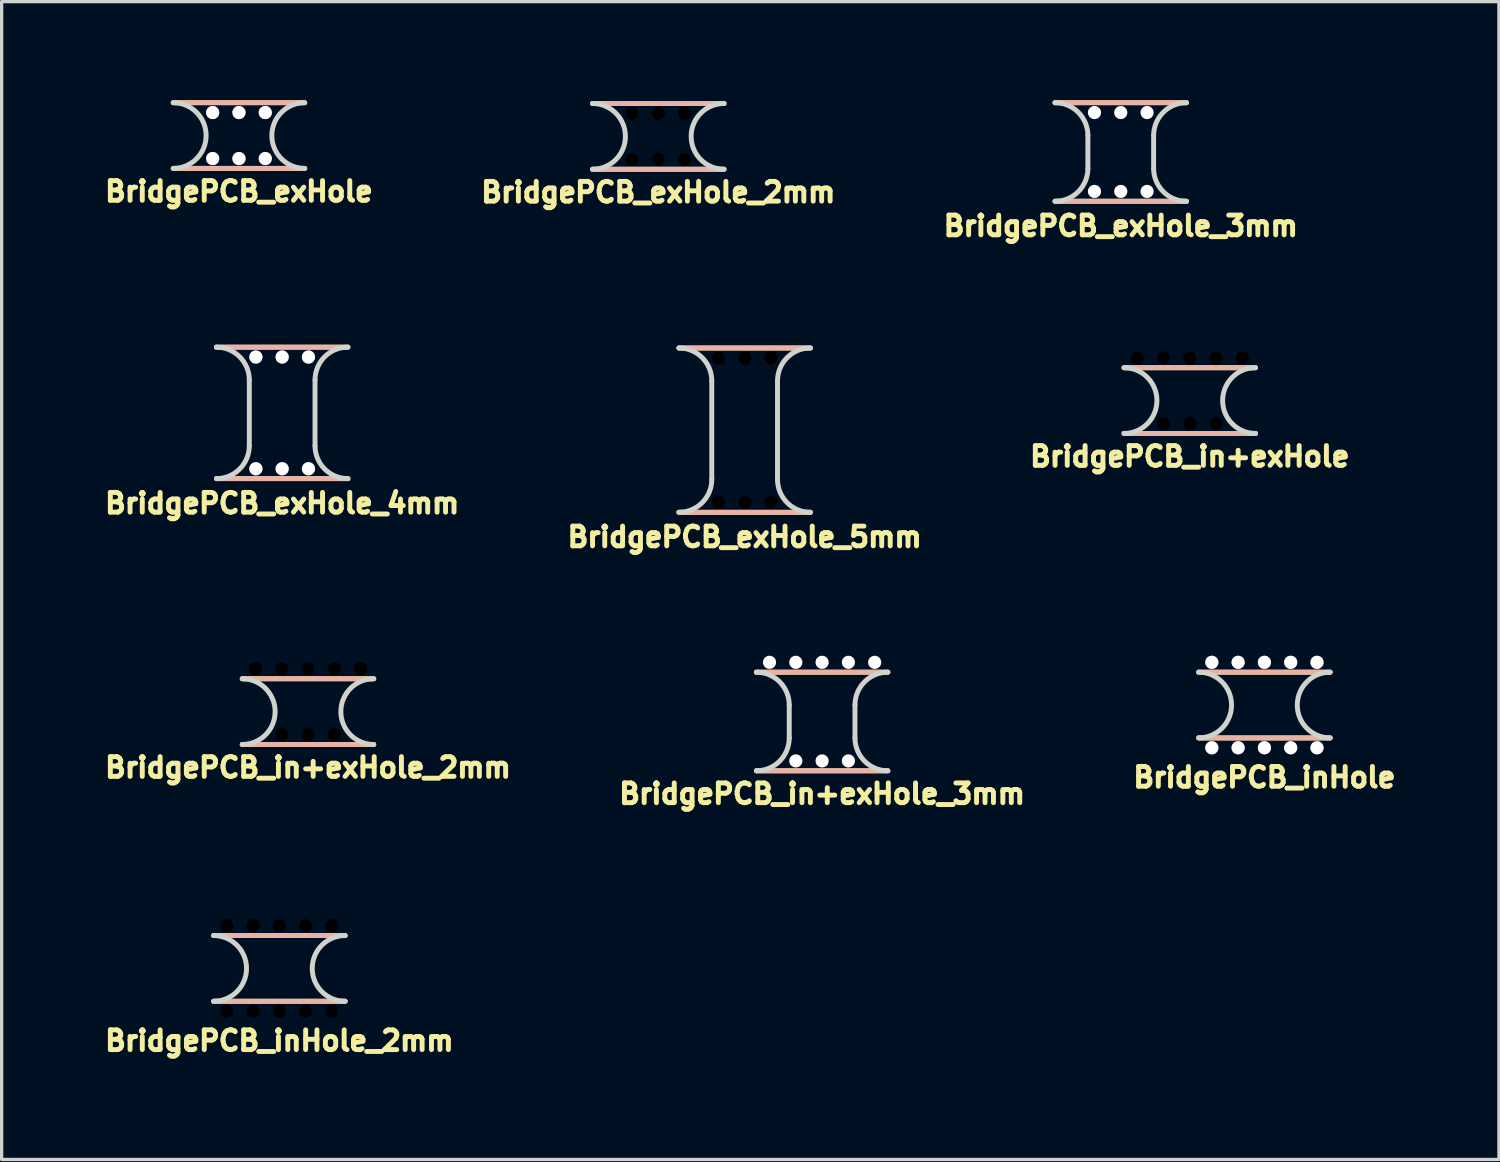
<source format=kicad_pcb>
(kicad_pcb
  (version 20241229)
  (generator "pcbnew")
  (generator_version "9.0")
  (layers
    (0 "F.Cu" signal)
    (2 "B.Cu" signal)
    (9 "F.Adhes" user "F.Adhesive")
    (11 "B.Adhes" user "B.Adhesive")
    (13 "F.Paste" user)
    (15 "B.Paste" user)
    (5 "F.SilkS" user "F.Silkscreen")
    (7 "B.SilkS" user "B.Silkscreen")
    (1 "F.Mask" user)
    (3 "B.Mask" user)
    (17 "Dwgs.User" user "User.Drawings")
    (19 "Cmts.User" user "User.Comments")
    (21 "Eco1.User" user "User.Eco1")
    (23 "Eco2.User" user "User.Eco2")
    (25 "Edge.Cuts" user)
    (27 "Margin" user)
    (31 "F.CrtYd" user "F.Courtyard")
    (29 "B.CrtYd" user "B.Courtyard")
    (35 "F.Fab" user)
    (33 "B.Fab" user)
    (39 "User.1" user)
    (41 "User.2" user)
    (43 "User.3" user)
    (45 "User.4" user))
  (footprint "BridgePCB_in+exHole"
    (layer "F.Cu")
    (at 33.154 9.139)
    (property "Reference" "BridgePCB_in+exHole" (at 0 1.7 0) (layer "F.SilkS") (effects (font (size 0.6 0.6) (thickness 0.15))))
    (attr board_only exclude_from_pos_files exclude_from_bom)
    (fp_line (start 2 -1) (end -2 -1) (stroke (width 0.15) (type solid)) (layer "F.SilkS"))
    (fp_line (start 2 1) (end -2 1) (stroke (width 0.15) (type solid)) (layer "F.SilkS"))
    (fp_line (start 2 -1) (end -2 -1) (stroke (width 0.15) (type solid)) (layer "B.SilkS"))
    (fp_line (start 2 1) (end -2 1) (stroke (width 0.15) (type solid)) (layer "B.SilkS"))
    (fp_arc (start -2 -1) (mid -1 0) (end -2 1) (stroke (width 0.15) (type solid)) (layer "Edge.Cuts"))
    (fp_arc (start 2 1) (mid 1 0) (end 2 -1) (stroke (width 0.15) (type solid)) (layer "Edge.Cuts"))
    (pad "" np_thru_hole circle (at -1.6 -1.3) (size 0.8 0.8) (drill 0.4) (layers "*.Mask"))
    (pad "" np_thru_hole circle (at -0.8 -1.3) (size 0.8 0.8) (drill 0.4) (layers "*.Mask"))
    (pad "" np_thru_hole circle (at -0.8 0.7) (size 0.8 0.8) (drill 0.4) (layers "*.Mask"))
    (pad "" np_thru_hole circle (at 0 -1.3) (size 0.8 0.8) (drill 0.4) (layers "*.Mask"))
    (pad "" np_thru_hole circle (at 0 0.7) (size 0.8 0.8) (drill 0.4) (layers "*.Mask"))
    (pad "" np_thru_hole circle (at 0.8 -1.3) (size 0.8 0.8) (drill 0.4) (layers "*.Mask"))
    (pad "" np_thru_hole circle (at 0.8 0.7) (size 0.8 0.8) (drill 0.4) (layers "*.Mask"))
    (pad "" np_thru_hole circle (at 1.6 -1.3) (size 0.8 0.8) (drill 0.4) (layers "*.Mask")))
  (footprint "BridgePCB_inHole_2mm"
    (layer "F.Cu")
    (at 5.451 26.418)
    (property "Reference" "BridgePCB_inHole_2mm" (at 0 2.2 0) (layer "F.SilkS") (effects (font (size 0.6 0.6) (thickness 0.15))))
    (attr board_only exclude_from_pos_files exclude_from_bom)
    (fp_line (start 2 -1) (end -2 -1) (stroke (width 0.15) (type solid)) (layer "F.SilkS"))
    (fp_line (start 2 1) (end -2 1) (stroke (width 0.15) (type solid)) (layer "F.SilkS"))
    (fp_line (start 2 -1) (end -2 -1) (stroke (width 0.15) (type solid)) (layer "B.SilkS"))
    (fp_line (start 2 1) (end -2 1) (stroke (width 0.15) (type solid)) (layer "B.SilkS"))
    (fp_arc (start -2 -1) (mid -1 0) (end -2 1) (stroke (width 0.15) (type solid)) (layer "Edge.Cuts"))
    (fp_arc (start 2 1) (mid 1 0) (end 2 -1) (stroke (width 0.15) (type solid)) (layer "Edge.Cuts"))
    (pad "" np_thru_hole circle (at -1.6 -1.3) (size 0.8 0.8) (drill 0.4) (layers "*.Mask"))
    (pad "" np_thru_hole circle (at -1.6 1.3) (size 0.8 0.8) (drill 0.4) (layers "*.Mask"))
    (pad "" np_thru_hole circle (at -0.8 -1.3) (size 0.8 0.8) (drill 0.4) (layers "*.Mask"))
    (pad "" np_thru_hole circle (at -0.8 1.3) (size 0.8 0.8) (drill 0.4) (layers "*.Mask"))
    (pad "" np_thru_hole circle (at 0 -1.3) (size 0.8 0.8) (drill 0.4) (layers "*.Mask"))
    (pad "" np_thru_hole circle (at 0 1.3) (size 0.8 0.8) (drill 0.4) (layers "*.Mask"))
    (pad "" np_thru_hole circle (at 0.8 -1.3) (size 0.8 0.8) (drill 0.4) (layers "*.Mask"))
    (pad "" np_thru_hole circle (at 0.8 1.3) (size 0.8 0.8) (drill 0.4) (layers "*.Mask"))
    (pad "" np_thru_hole circle (at 1.6 -1.3) (size 0.8 0.8) (drill 0.4) (layers "*.Mask"))
    (pad "" np_thru_hole circle (at 1.6 1.3) (size 0.8 0.8) (drill 0.4) (layers "*.Mask")))
  (footprint "BridgePCB_inHole"
    (layer "F.Cu")
    (at 35.425 18.404)
    (property "Reference" "BridgePCB_inHole" (at 0 2.2 0) (layer "F.SilkS") (effects (font (size 0.6 0.6) (thickness 0.15))))
    (attr through_hole)
    (fp_line (start 2 -1) (end -2 -1) (stroke (width 0.15) (type solid)) (layer "F.SilkS"))
    (fp_line (start 2 1) (end -2 1) (stroke (width 0.15) (type solid)) (layer "F.SilkS"))
    (fp_line (start 2 -1) (end -2 -1) (stroke (width 0.15) (type solid)) (layer "B.SilkS"))
    (fp_line (start 2 1) (end -2 1) (stroke (width 0.15) (type solid)) (layer "B.SilkS"))
    (fp_arc (start -2 -1) (mid -1 0) (end -2 1) (stroke (width 0.15) (type solid)) (layer "Edge.Cuts"))
    (fp_arc (start 2 1) (mid 1 0) (end 2 -1) (stroke (width 0.15) (type solid)) (layer "Edge.Cuts"))
    (pad "" thru_hole circle (at -1.6 -1.3) (size 0.4 0.4) (drill 0.4) (layers "*.Cu" "*.Mask"))
    (pad "" thru_hole circle (at -1.6 1.3) (size 0.4 0.4) (drill 0.4) (layers "*.Cu" "*.Mask"))
    (pad "" thru_hole circle (at -0.8 -1.3) (size 0.4 0.4) (drill 0.4) (layers "*.Cu" "*.Mask"))
    (pad "" thru_hole circle (at -0.8 1.3) (size 0.4 0.4) (drill 0.4) (layers "*.Cu" "*.Mask"))
    (pad "" thru_hole circle (at 0 -1.3) (size 0.4 0.4) (drill 0.4) (layers "*.Cu" "*.Mask"))
    (pad "" thru_hole circle (at 0 1.3) (size 0.4 0.4) (drill 0.4) (layers "*.Cu" "*.Mask"))
    (pad "" thru_hole circle (at 0.8 -1.3) (size 0.4 0.4) (drill 0.4) (layers "*.Cu" "*.Mask"))
    (pad "" thru_hole circle (at 0.8 1.3) (size 0.4 0.4) (drill 0.4) (layers "*.Cu" "*.Mask"))
    (pad "" thru_hole circle (at 1.6 -1.3) (size 0.4 0.4) (drill 0.4) (layers "*.Cu" "*.Mask"))
    (pad "" thru_hole circle (at 1.6 1.3) (size 0.4 0.4) (drill 0.4) (layers "*.Cu" "*.Mask")))
  (footprint "BridgePCB_in+exHole_2mm"
    (layer "F.Cu")
    (at 6.322 18.604)
    (property "Reference" "BridgePCB_in+exHole_2mm" (at 0 1.7 0) (layer "F.SilkS") (effects (font (size 0.6 0.6) (thickness 0.15))))
    (attr board_only exclude_from_pos_files exclude_from_bom)
    (fp_line (start 2 -1) (end -2 -1) (stroke (width 0.15) (type solid)) (layer "F.SilkS"))
    (fp_line (start 2 1) (end -2 1) (stroke (width 0.15) (type solid)) (layer "F.SilkS"))
    (fp_line (start 2 -1) (end -2 -1) (stroke (width 0.15) (type solid)) (layer "B.SilkS"))
    (fp_line (start 2 1) (end -2 1) (stroke (width 0.15) (type solid)) (layer "B.SilkS"))
    (fp_arc (start -2 -1) (mid -1 0) (end -2 1) (stroke (width 0.15) (type solid)) (layer "Edge.Cuts"))
    (fp_arc (start 2 1) (mid 1 0) (end 2 -1) (stroke (width 0.15) (type solid)) (layer "Edge.Cuts"))
    (pad "" np_thru_hole circle (at -1.6 -1.3) (size 0.8 0.8) (drill 0.4) (layers "*.Mask"))
    (pad "" np_thru_hole circle (at -0.8 -1.3) (size 0.8 0.8) (drill 0.4) (layers "*.Mask"))
    (pad "" np_thru_hole circle (at -0.8 0.7) (size 0.8 0.8) (drill 0.4) (layers "*.Mask"))
    (pad "" np_thru_hole circle (at 0 -1.3) (size 0.8 0.8) (drill 0.4) (layers "*.Mask"))
    (pad "" np_thru_hole circle (at 0 0.7) (size 0.8 0.8) (drill 0.4) (layers "*.Mask"))
    (pad "" np_thru_hole circle (at 0.8 -1.3) (size 0.8 0.8) (drill 0.4) (layers "*.Mask"))
    (pad "" np_thru_hole circle (at 0.8 0.7) (size 0.8 0.8) (drill 0.4) (layers "*.Mask"))
    (pad "" np_thru_hole circle (at 1.6 -1.3) (size 0.8 0.8) (drill 0.4) (layers "*.Mask")))
  (footprint "BridgePCB_exHole_3mm"
    (layer "F.Cu")
    (at 31.054 1.575)
    (property "Reference" "BridgePCB_exHole_3mm" (at 0 2.25 0) (layer "F.SilkS") (effects (font (size 0.6 0.6) (thickness 0.15))))
    (attr exclude_from_pos_files exclude_from_bom)
    (fp_line (start 2 -1.5) (end -2 -1.5) (stroke (width 0.15) (type solid)) (layer "F.SilkS"))
    (fp_line (start 2 1.5) (end -2 1.5) (stroke (width 0.15) (type solid)) (layer "F.SilkS"))
    (fp_line (start 2 -1.5) (end -2 -1.5) (stroke (width 0.15) (type solid)) (layer "B.SilkS"))
    (fp_line (start 2 1.5) (end -2 1.5) (stroke (width 0.15) (type solid)) (layer "B.SilkS"))
    (fp_line (start -1 -0.5) (end -1 0.5) (stroke (width 0.15) (type solid)) (layer "Edge.Cuts"))
    (fp_line (start 1 -0.5) (end 1 0.5) (stroke (width 0.15) (type solid)) (layer "Edge.Cuts"))
    (fp_arc (start -2 -1.5) (mid -1.292893 -1.207107) (end -1 -0.5) (stroke (width 0.15) (type solid)) (layer "Edge.Cuts"))
    (fp_arc (start -1 0.5) (mid -1.292893 1.207107) (end -2 1.5) (stroke (width 0.15) (type solid)) (layer "Edge.Cuts"))
    (fp_arc (start 1 -0.5) (mid 1.292893 -1.207107) (end 2 -1.5) (stroke (width 0.15) (type solid)) (layer "Edge.Cuts"))
    (fp_arc (start 2 1.5) (mid 1.292893 1.207107) (end 1 0.5) (stroke (width 0.15) (type solid)) (layer "Edge.Cuts"))
    (pad "" np_thru_hole circle (at -0.8 -1.2) (size 0.4 0.4) (drill 0.4) (layers "*.Cu" "*.Mask"))
    (pad "" np_thru_hole circle (at -0.8 1.2) (size 0.4 0.4) (drill 0.4) (layers "*.Cu" "*.Mask"))
    (pad "" np_thru_hole circle (at 0 -1.2) (size 0.4 0.4) (drill 0.4) (layers "*.Cu" "*.Mask"))
    (pad "" np_thru_hole circle (at 0 1.2) (size 0.4 0.4) (drill 0.4) (layers "*.Cu" "*.Mask"))
    (pad "" np_thru_hole circle (at 0.8 -1.2) (size 0.4 0.4) (drill 0.4) (layers "*.Cu" "*.Mask"))
    (pad "" np_thru_hole circle (at 0.8 1.2) (size 0.4 0.4) (drill 0.4) (layers "*.Cu" "*.Mask")))
  (footprint "BridgePCB_exHole_5mm"
    (layer "F.Cu")
    (at 19.609 10.039)
    (property "Reference" "BridgePCB_exHole_5mm" (at 0 3.25 0) (layer "F.SilkS") (effects (font (size 0.6 0.6) (thickness 0.15))))
    (attr board_only exclude_from_pos_files exclude_from_bom)
    (fp_line (start 2 -2.5) (end -2 -2.5) (stroke (width 0.15) (type solid)) (layer "F.SilkS"))
    (fp_line (start 2 2.5) (end -2 2.5) (stroke (width 0.15) (type solid)) (layer "F.SilkS"))
    (fp_line (start 2 -2.5) (end -2 -2.5) (stroke (width 0.15) (type solid)) (layer "B.SilkS"))
    (fp_line (start 2 2.5) (end -2 2.5) (stroke (width 0.15) (type solid)) (layer "B.SilkS"))
    (fp_line (start -1 -1.5) (end -1 1.5) (stroke (width 0.15) (type solid)) (layer "Edge.Cuts"))
    (fp_line (start 1 -1.5) (end 1 1.5) (stroke (width 0.15) (type solid)) (layer "Edge.Cuts"))
    (fp_arc (start -2 -2.5) (mid -1.292893 -2.207107) (end -1 -1.5) (stroke (width 0.15) (type solid)) (layer "Edge.Cuts"))
    (fp_arc (start -1 1.5) (mid -1.292893 2.207107) (end -2 2.5) (stroke (width 0.15) (type solid)) (layer "Edge.Cuts"))
    (fp_arc (start 1 -1.5) (mid 1.292893 -2.207107) (end 2 -2.5) (stroke (width 0.15) (type solid)) (layer "Edge.Cuts"))
    (fp_arc (start 2 2.5) (mid 1.292893 2.207107) (end 1 1.5) (stroke (width 0.15) (type solid)) (layer "Edge.Cuts"))
    (pad "" np_thru_hole circle (at -0.8 -2.2) (size 0.8 0.8) (drill 0.4) (layers "*.Mask"))
    (pad "" np_thru_hole circle (at -0.8 2.2) (size 0.8 0.8) (drill 0.4) (layers "*.Mask"))
    (pad "" np_thru_hole circle (at 0 -2.2) (size 0.8 0.8) (drill 0.4) (layers "*.Mask"))
    (pad "" np_thru_hole circle (at 0 2.2) (size 0.8 0.8) (drill 0.4) (layers "*.Mask"))
    (pad "" np_thru_hole circle (at 0.8 -2.2) (size 0.8 0.8) (drill 0.4) (layers "*.Mask"))
    (pad "" np_thru_hole circle (at 0.8 2.2) (size 0.8 0.8) (drill 0.4) (layers "*.Mask")))
  (footprint "BridgePCB_exHole"
    (layer "F.Cu")
    (at 4.222 1.075)
    (property "Reference" "BridgePCB_exHole" (at 0 1.7 0) (layer "F.SilkS") (effects (font (size 0.6 0.6) (thickness 0.15))))
    (attr exclude_from_pos_files exclude_from_bom)
    (fp_line (start 2 -1) (end -2 -1) (stroke (width 0.15) (type solid)) (layer "F.SilkS"))
    (fp_line (start 2 1) (end -2 1) (stroke (width 0.15) (type solid)) (layer "F.SilkS"))
    (fp_line (start 2 -1) (end -2 -1) (stroke (width 0.15) (type solid)) (layer "B.SilkS"))
    (fp_line (start 2 1) (end -2 1) (stroke (width 0.15) (type solid)) (layer "B.SilkS"))
    (fp_arc (start -2 -1) (mid -1 0) (end -2 1) (stroke (width 0.15) (type solid)) (layer "Edge.Cuts"))
    (fp_arc (start 2 1) (mid 1 0) (end 2 -1) (stroke (width 0.15) (type solid)) (layer "Edge.Cuts"))
    (pad "" thru_hole circle (at -0.8 -0.7) (size 0.4 0.4) (drill 0.4) (layers "*.Cu" "*.Mask"))
    (pad "" thru_hole circle (at -0.8 0.7) (size 0.4 0.4) (drill 0.4) (layers "*.Cu" "*.Mask"))
    (pad "" thru_hole circle (at 0 -0.7) (size 0.4 0.4) (drill 0.4) (layers "*.Cu" "*.Mask"))
    (pad "" thru_hole circle (at 0 0.7) (size 0.4 0.4) (drill 0.4) (layers "*.Cu" "*.Mask"))
    (pad "" thru_hole circle (at 0.8 -0.7) (size 0.4 0.4) (drill 0.4) (layers "*.Cu" "*.Mask"))
    (pad "" thru_hole circle (at 0.8 0.7) (size 0.4 0.4) (drill 0.4) (layers "*.Cu" "*.Mask")))
  (footprint "BridgePCB_exHole_4mm"
    (layer "F.Cu")
    (at 5.536 9.514)
    (property "Reference" "BridgePCB_exHole_4mm" (at 0 2.75 0) (layer "F.SilkS") (effects (font (size 0.6 0.6) (thickness 0.15))))
    (attr exclude_from_pos_files exclude_from_bom)
    (fp_line (start 2 -2) (end -2 -2) (stroke (width 0.15) (type solid)) (layer "F.SilkS"))
    (fp_line (start 2 2) (end -2 2) (stroke (width 0.15) (type solid)) (layer "F.SilkS"))
    (fp_line (start 2 -2) (end -2 -2) (stroke (width 0.15) (type solid)) (layer "B.SilkS"))
    (fp_line (start 2 2) (end -2 2) (stroke (width 0.15) (type solid)) (layer "B.SilkS"))
    (fp_line (start -1 -1) (end -1 1) (stroke (width 0.15) (type solid)) (layer "Edge.Cuts"))
    (fp_line (start 1 -1) (end 1 1) (stroke (width 0.15) (type solid)) (layer "Edge.Cuts"))
    (fp_arc (start -2 -2) (mid -1.292893 -1.707107) (end -1 -1) (stroke (width 0.15) (type solid)) (layer "Edge.Cuts"))
    (fp_arc (start -1 1) (mid -1.292893 1.707107) (end -2 2) (stroke (width 0.15) (type solid)) (layer "Edge.Cuts"))
    (fp_arc (start 1 -1) (mid 1.292893 -1.707107) (end 2 -2) (stroke (width 0.15) (type solid)) (layer "Edge.Cuts"))
    (fp_arc (start 2 2) (mid 1.292893 1.707107) (end 1 1) (stroke (width 0.15) (type solid)) (layer "Edge.Cuts"))
    (pad "" thru_hole circle (at -0.8 -1.7) (size 0.4 0.4) (drill 0.4) (layers "*.Cu" "*.Mask"))
    (pad "" thru_hole circle (at -0.8 1.7) (size 0.4 0.4) (drill 0.4) (layers "*.Cu" "*.Mask"))
    (pad "" thru_hole circle (at 0 -1.7) (size 0.4 0.4) (drill 0.4) (layers "*.Cu" "*.Mask"))
    (pad "" thru_hole circle (at 0 1.7) (size 0.4 0.4) (drill 0.4) (layers "*.Cu" "*.Mask"))
    (pad "" thru_hole circle (at 0.8 -1.7) (size 0.4 0.4) (drill 0.4) (layers "*.Cu" "*.Mask"))
    (pad "" thru_hole circle (at 0.8 1.7) (size 0.4 0.4) (drill 0.4) (layers "*.Cu" "*.Mask")))
  (footprint "BridgePCB_in+exHole_3mm"
    (layer "F.Cu")
    (at 21.966 18.904)
    (property "Reference" "BridgePCB_in+exHole_3mm" (at 0 2.2 0) (layer "F.SilkS") (effects (font (size 0.6 0.6) (thickness 0.15))))
    (attr board_only exclude_from_pos_files exclude_from_bom)
    (fp_line (start 2 -1.5) (end -2 -1.5) (stroke (width 0.15) (type solid)) (layer "F.SilkS"))
    (fp_line (start 2 1.5) (end -2 1.5) (stroke (width 0.15) (type solid)) (layer "F.SilkS"))
    (fp_line (start 2 -1.5) (end -2 -1.5) (stroke (width 0.15) (type solid)) (layer "B.SilkS"))
    (fp_line (start 2 1.5) (end -2 1.5) (stroke (width 0.15) (type solid)) (layer "B.SilkS"))
    (fp_line (start -1 -0.5) (end -1 0.5) (stroke (width 0.15) (type solid)) (layer "Edge.Cuts"))
    (fp_line (start 1 -0.5) (end 1 0.5) (stroke (width 0.15) (type solid)) (layer "Edge.Cuts"))
    (fp_arc (start -2 -1.5) (mid -1.292893 -1.207107) (end -1 -0.5) (stroke (width 0.15) (type solid)) (layer "Edge.Cuts"))
    (fp_arc (start -1 0.5) (mid -1.292893 1.207107) (end -2 1.5) (stroke (width 0.15) (type solid)) (layer "Edge.Cuts"))
    (fp_arc (start 1 -0.5) (mid 1.292893 -1.207107) (end 2 -1.5) (stroke (width 0.15) (type solid)) (layer "Edge.Cuts"))
    (fp_arc (start 2 1.5) (mid 1.292893 1.207107) (end 1 0.5) (stroke (width 0.15) (type solid)) (layer "Edge.Cuts"))
    (pad "" np_thru_hole circle (at -1.6 -1.8) (size 0.4 0.4) (drill 0.4) (layers "*.Cu" "*.Mask"))
    (pad "" np_thru_hole circle (at -0.8 -1.8) (size 0.4 0.4) (drill 0.4) (layers "*.Cu" "*.Mask"))
    (pad "" np_thru_hole circle (at -0.8 1.2) (size 0.4 0.4) (drill 0.4) (layers "*.Cu" "*.Mask"))
    (pad "" np_thru_hole circle (at 0 -1.8) (size 0.4 0.4) (drill 0.4) (layers "*.Cu" "*.Mask"))
    (pad "" np_thru_hole circle (at 0 1.2) (size 0.4 0.4) (drill 0.4) (layers "*.Cu" "*.Mask"))
    (pad "" np_thru_hole circle (at 0.8 -1.8) (size 0.4 0.4) (drill 0.4) (layers "*.Cu" "*.Mask"))
    (pad "" np_thru_hole circle (at 0.8 1.2) (size 0.4 0.4) (drill 0.4) (layers "*.Cu" "*.Mask"))
    (pad "" np_thru_hole circle (at 1.6 -1.8) (size 0.4 0.4) (drill 0.4) (layers "*.Cu" "*.Mask")))
  (footprint "BridgePCB_exHole_2mm"
    (layer "F.Cu")
    (at 16.981 1.1)
    (property "Reference" "BridgePCB_exHole_2mm" (at 0 1.7 0) (layer "F.SilkS") (effects (font (size 0.6 0.6) (thickness 0.15))))
    (attr board_only exclude_from_pos_files exclude_from_bom)
    (fp_line (start 2 -1) (end -2 -1) (stroke (width 0.15) (type solid)) (layer "F.SilkS"))
    (fp_line (start 2 1) (end -2 1) (stroke (width 0.15) (type solid)) (layer "F.SilkS"))
    (fp_line (start 2 -1) (end -2 -1) (stroke (width 0.15) (type solid)) (layer "B.SilkS"))
    (fp_line (start 2 1) (end -2 1) (stroke (width 0.15) (type solid)) (layer "B.SilkS"))
    (fp_arc (start -2 -1) (mid -1 0) (end -2 1) (stroke (width 0.15) (type solid)) (layer "Edge.Cuts"))
    (fp_arc (start 2 1) (mid 1 0) (end 2 -1) (stroke (width 0.15) (type solid)) (layer "Edge.Cuts"))
    (pad "" np_thru_hole circle (at -0.8 -0.7) (size 0.8 0.8) (drill 0.4) (layers "*.Mask"))
    (pad "" np_thru_hole circle (at -0.8 0.7) (size 0.8 0.8) (drill 0.4) (layers "*.Mask"))
    (pad "" np_thru_hole circle (at 0 -0.7) (size 0.8 0.8) (drill 0.4) (layers "*.Mask"))
    (pad "" np_thru_hole circle (at 0 0.7) (size 0.8 0.8) (drill 0.4) (layers "*.Mask"))
    (pad "" np_thru_hole circle (at 0.8 -0.7) (size 0.8 0.8) (drill 0.4) (layers "*.Mask"))
    (pad "" np_thru_hole circle (at 0.8 0.7) (size 0.8 0.8) (drill 0.4) (layers "*.Mask")))
  (gr_rect
    (start -3 -3)
    (end 42.561 32.232)
    (stroke (width 0.1) (type default))
    (fill no)
    (layer "Edge.Cuts")))
</source>
